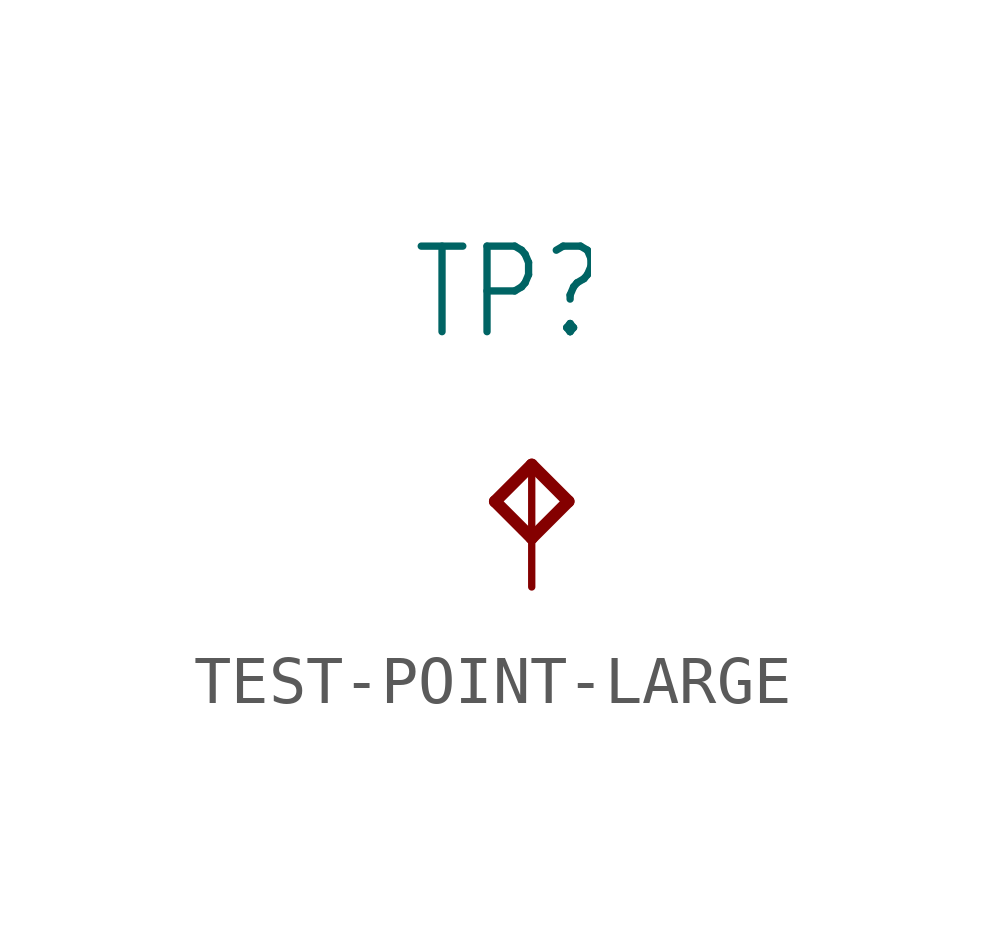
<source format=kicad_sym>
(kicad_symbol_lib
  (version 20211014)
  (generator kicad_symbol_editor)
  (symbol "TEST-POINT-LARGE"
    (property "Reference" "TP"
      (at -2.54 2.54 0)
      (effects (font (size 1.778 1.511)) (justify left bottom)))
    (property "ki_locked" ""
      (at 0 0 0)
      (effects (font (size 1.27 1.27))))
    (symbol "TEST-POINT-LARGE_1_0"
      (polyline (pts (xy -0.762 -0.762) (xy 0 0)) (stroke (width 0.254) (type default)) (fill (type none)))
      (polyline (pts (xy 0 -1.524) (xy -0.762 -0.762)) (stroke (width 0.254) (type default)) (fill (type none)))
      (polyline (pts (xy 0 0) (xy 0.762 -0.762)) (stroke (width 0.254) (type default)) (fill (type none)))
      (polyline (pts (xy 0.762 -0.762) (xy 0 -1.524)) (stroke (width 0.254) (type default)) (fill (type none)))
      (pin input line (at 0 -2.54 90) (length 2.54) (name "TP" (effects (font (size 0 0)))) (number "1" (effects (font (size 0 0))))))))
</source>
